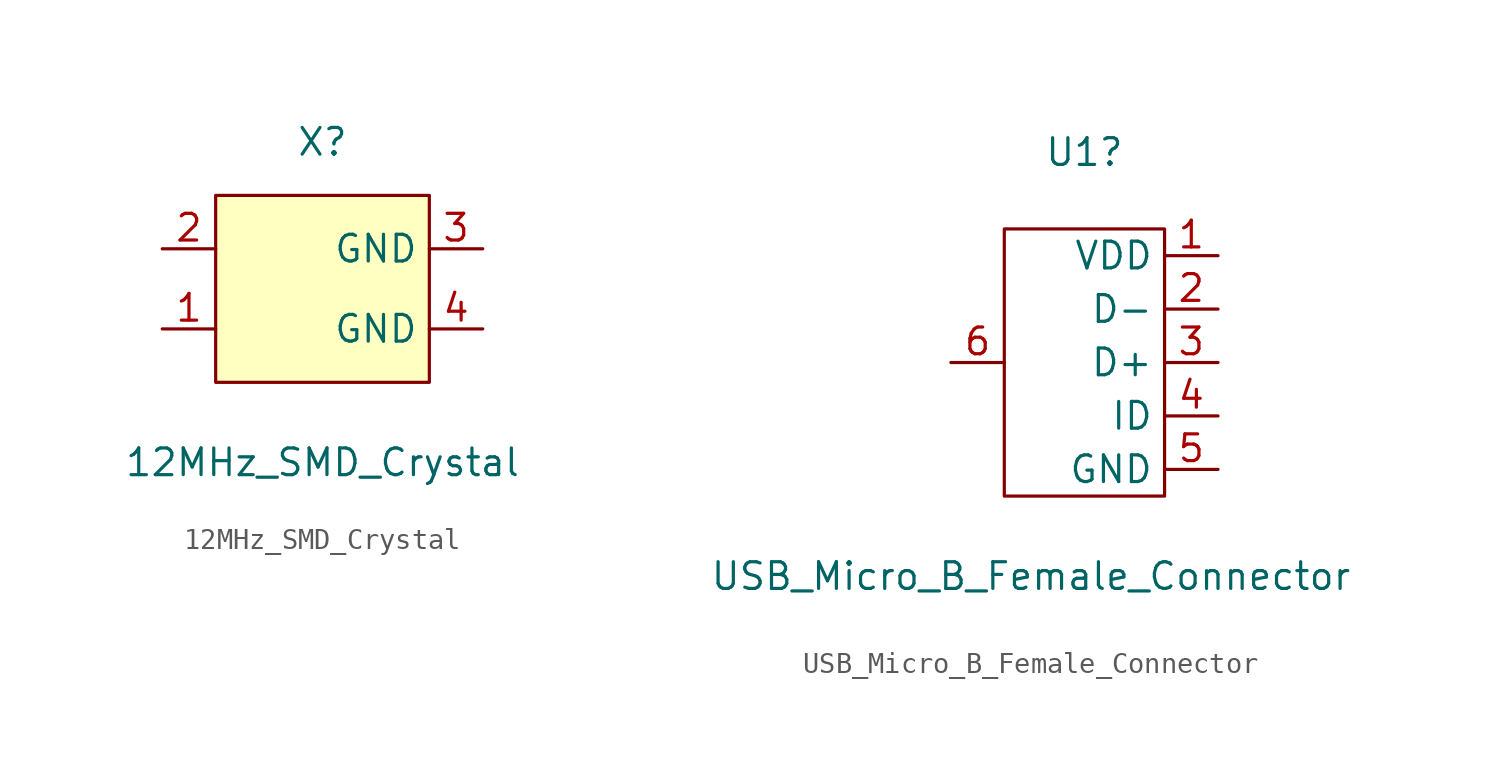
<source format=kicad_sym>
(kicad_symbol_lib
  (version 20211014)
  (generator kicad_symbol_editor)
  (symbol "12MHz_SMD_Crystal"
    (property "Reference" "X"
      (at 0 6.35 0)
      (effects (font (size 1.27 1.27))))
    (property "Value" "12MHz_SMD_Crystal"
      (at 0 -8.89 0)
      (effects (font (size 1.27 1.27))))
    (symbol "12MHz_SMD_Crystal_0_1"
      (rectangle (start -5.08 3.81) (end 5.08 -5.08) (stroke (width 0.152) (type default) (color 0 0 0 0)) (fill (type background))))
    (symbol "12MHz_SMD_Crystal_1_1"
      (pin input line (at -7.62 -2.54 0) (length 2.54) (name "" (effects (font (size 1.27 1.27)))) (number "1" (effects (font (size 1.27 1.27)))))
      (pin input line (at -7.62 1.27 0) (length 2.54) (name "" (effects (font (size 1.27 1.27)))) (number "2" (effects (font (size 1.27 1.27)))))
      (pin input line (at 7.62 1.27 180) (length 2.54) (name "GND" (effects (font (size 1.27 1.27)))) (number "3" (effects (font (size 1.27 1.27)))))
      (pin input line (at 7.62 -2.54 180) (length 2.54) (name "GND" (effects (font (size 1.27 1.27)))) (number "4" (effects (font (size 1.27 1.27)))))))
  (symbol "USB_Micro_B_Female_Connector"
    (property "Reference" "U1"
      (at 1.27 9.999 0)
      (effects (font (size 1.27 1.27))))
    (property "Value" "USB_Micro_B_Female_Connector"
      (at -1.27 -10.16 0)
      (effects (font (size 1.27 1.27))))
    (symbol "USB_Micro_B_Female_Connector_0_1"
      (rectangle (start 5.08 6.35) (end -2.54 -6.35) (stroke (width 0.152) (type default) (color 0 0 0 0)) (fill (type none))))
    (symbol "USB_Micro_B_Female_Connector_1_1"
      (pin input line (at 7.62 5.08 180) (length 2.54) (name "VDD" (effects (font (size 1.27 1.27)))) (number "1" (effects (font (size 1.27 1.27)))))
      (pin input line (at 7.62 2.54 180) (length 2.54) (name "D-" (effects (font (size 1.27 1.27)))) (number "2" (effects (font (size 1.27 1.27)))))
      (pin input line (at 7.62 0 180) (length 2.54) (name "D+" (effects (font (size 1.27 1.27)))) (number "3" (effects (font (size 1.27 1.27)))))
      (pin input line (at 7.62 -2.54 180) (length 2.54) (name "ID" (effects (font (size 1.27 1.27)))) (number "4" (effects (font (size 1.27 1.27)))))
      (pin input line (at 7.62 -5.08 180) (length 2.54) (name "GND" (effects (font (size 1.27 1.27)))) (number "5" (effects (font (size 1.27 1.27)))))
      (pin input line (at -5.08 0 0) (length 2.54) (name "" (effects (font (size 1.27 1.27)))) (number "6" (effects (font (size 1.27 1.27))))))))
</source>
